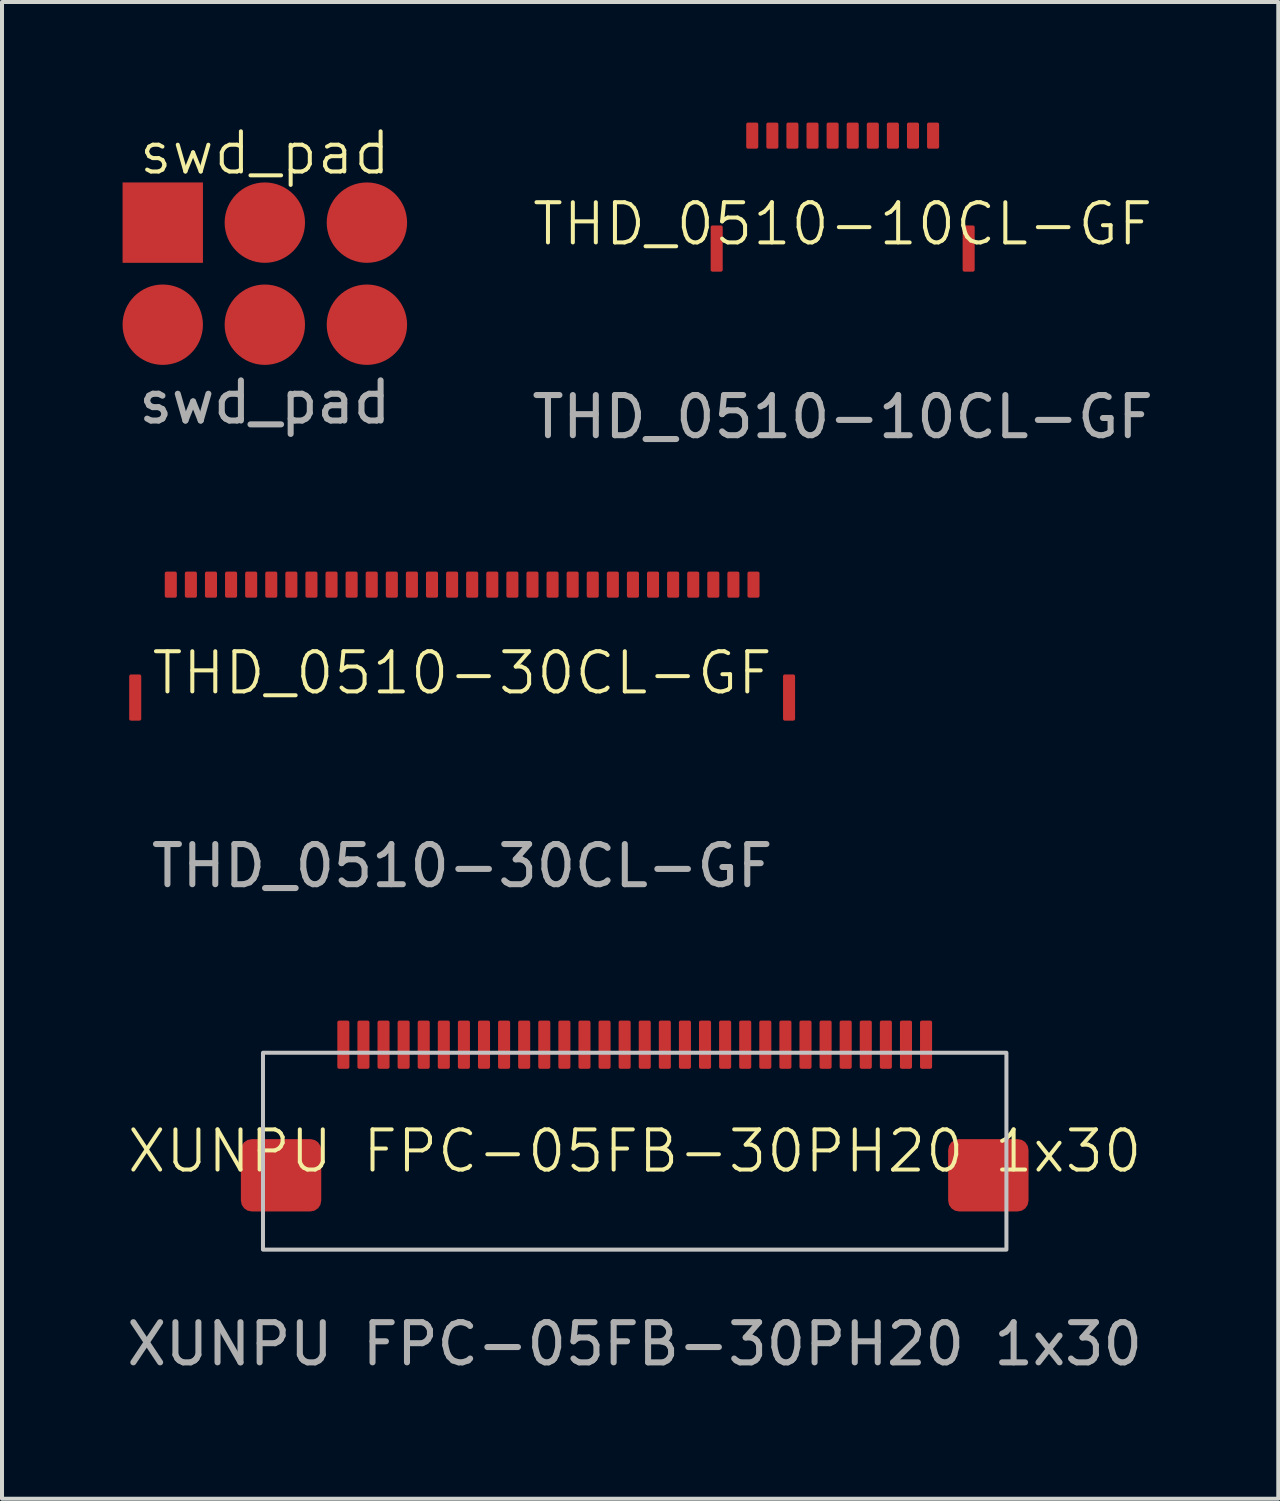
<source format=kicad_pcb>
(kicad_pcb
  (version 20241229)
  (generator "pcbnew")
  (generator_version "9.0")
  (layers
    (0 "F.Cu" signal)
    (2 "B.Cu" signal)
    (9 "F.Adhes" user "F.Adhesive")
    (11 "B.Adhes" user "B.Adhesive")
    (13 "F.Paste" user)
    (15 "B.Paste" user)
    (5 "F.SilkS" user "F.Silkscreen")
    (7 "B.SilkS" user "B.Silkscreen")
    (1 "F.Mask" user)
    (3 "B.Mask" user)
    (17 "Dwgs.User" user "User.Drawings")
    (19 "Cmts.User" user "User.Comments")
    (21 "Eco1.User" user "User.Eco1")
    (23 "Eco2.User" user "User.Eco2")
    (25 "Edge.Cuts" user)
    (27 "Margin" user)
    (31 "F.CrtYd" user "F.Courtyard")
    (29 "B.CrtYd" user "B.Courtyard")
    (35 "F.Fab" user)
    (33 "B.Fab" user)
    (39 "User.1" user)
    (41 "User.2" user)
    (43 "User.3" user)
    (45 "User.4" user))
  (footprint "swd_pad"
    (layer "F.Cu")
    (at 3.54 3.76)
    (property "Reference" "swd_pad" (at 0 -3 0) (unlocked yes) (layer "F.SilkS") (effects (font (size 1 1) (thickness 0.1))))
    (attr smd)
    (fp_text user "${REFERENCE}" (at 0 3.2 0) (unlocked yes) (layer "F.Fab") (effects (font (size 1 1) (thickness 0.15))))
    (pad "1" smd rect (at -2.54 -1.27) (size 2 2) (layers "F.Cu" "F.Mask" "F.Paste"))
    (pad "2" smd circle (at -2.54 1.27) (size 2 2) (layers "F.Cu" "F.Mask" "F.Paste"))
    (pad "3" smd circle (at 0 -1.27) (size 2 2) (layers "F.Cu" "F.Mask" "F.Paste"))
    (pad "4" smd circle (at 0 1.27) (size 2 2) (layers "F.Cu" "F.Mask" "F.Paste"))
    (pad "5" smd circle (at 2.54 -1.27) (size 2 2) (layers "F.Cu" "F.Mask" "F.Paste"))
    (pad "6" smd circle (at 2.54 1.27) (size 2 2) (layers "F.Cu" "F.Mask" "F.Paste")))
  (footprint "THD_0510-30CL-GF"
    (layer "F.Cu")
    (at 8.45 13.798)
    (property "Reference" "THD_0510-30CL-GF" (at 0 -0.1 0) (unlocked yes) (layer "F.SilkS") (effects (font (size 1 1) (thickness 0.1))))
    (attr smd)
    (fp_line (start -8.4 -1.9) (end 8.4 -1.9) (stroke (width 0.1) (type default)) (layer "User.1"))
    (fp_line (start -8.4 -1.215) (end 8.4 -1.215) (stroke (width 0.1) (type solid)) (layer "User.1"))
    (fp_line (start -8.4 -0.1) (end -8.4 -1.9) (stroke (width 0.1) (type default)) (layer "User.1"))
    (fp_line (start -7.8 1.4) (end -7.8 -0.4) (stroke (width 0.1) (type default)) (layer "User.1"))
    (fp_line (start 7.8 -0.4) (end 7.8 1.4) (stroke (width 0.1) (type default)) (layer "User.1"))
    (fp_line (start 7.8 1.4) (end -7.8 1.4) (stroke (width 0.1) (type default)) (layer "User.1"))
    (fp_line (start 8.4 -1.9) (end 8.4 -0.1) (stroke (width 0.1) (type default)) (layer "User.1"))
    (fp_text user "${REFERENCE}" (at 0 4.7 0) (unlocked yes) (layer "F.Fab") (effects (font (size 1 1) (thickness 0.15))))
    (pad "1" smd roundrect (at -7.25 -2.3) (size 0.3 0.65) (layers "F.Cu" "F.Mask" "F.Paste") (roundrect_rratio 0.15))
    (pad "1" smd roundrect (at -2.25 -2.3) (size 0.3 0.65) (layers "F.Cu" "F.Mask" "F.Paste") (roundrect_rratio 0.15))
    (pad "1" smd roundrect (at 2.75 -2.3) (size 0.3 0.65) (layers "F.Cu" "F.Mask" "F.Paste") (roundrect_rratio 0.15))
    (pad "2" smd roundrect (at -6.75 -2.3) (size 0.3 0.65) (layers "F.Cu" "F.Mask" "F.Paste") (roundrect_rratio 0.15))
    (pad "2" smd roundrect (at -1.75 -2.3) (size 0.3 0.65) (layers "F.Cu" "F.Mask" "F.Paste") (roundrect_rratio 0.15))
    (pad "2" smd roundrect (at 3.25 -2.3) (size 0.3 0.65) (layers "F.Cu" "F.Mask" "F.Paste") (roundrect_rratio 0.15))
    (pad "3" smd roundrect (at -6.25 -2.3) (size 0.3 0.65) (layers "F.Cu" "F.Mask" "F.Paste") (roundrect_rratio 0.15))
    (pad "3" smd roundrect (at -1.25 -2.3) (size 0.3 0.65) (layers "F.Cu" "F.Mask" "F.Paste") (roundrect_rratio 0.15))
    (pad "3" smd roundrect (at 3.75 -2.3) (size 0.3 0.65) (layers "F.Cu" "F.Mask" "F.Paste") (roundrect_rratio 0.15))
    (pad "4" smd roundrect (at -5.75 -2.3) (size 0.3 0.65) (layers "F.Cu" "F.Mask" "F.Paste") (roundrect_rratio 0.15))
    (pad "4" smd roundrect (at -0.75 -2.3) (size 0.3 0.65) (layers "F.Cu" "F.Mask" "F.Paste") (roundrect_rratio 0.15))
    (pad "4" smd roundrect (at 4.25 -2.3) (size 0.3 0.65) (layers "F.Cu" "F.Mask" "F.Paste") (roundrect_rratio 0.15))
    (pad "5" smd roundrect (at -5.25 -2.3) (size 0.3 0.65) (layers "F.Cu" "F.Mask" "F.Paste") (roundrect_rratio 0.15))
    (pad "5" smd roundrect (at -0.25 -2.3) (size 0.3 0.65) (layers "F.Cu" "F.Mask" "F.Paste") (roundrect_rratio 0.15))
    (pad "5" smd roundrect (at 4.75 -2.3) (size 0.3 0.65) (layers "F.Cu" "F.Mask" "F.Paste") (roundrect_rratio 0.15))
    (pad "6" smd roundrect (at -4.75 -2.3) (size 0.3 0.65) (layers "F.Cu" "F.Mask" "F.Paste") (roundrect_rratio 0.15))
    (pad "6" smd roundrect (at 0.25 -2.3) (size 0.3 0.65) (layers "F.Cu" "F.Mask" "F.Paste") (roundrect_rratio 0.15))
    (pad "6" smd roundrect (at 5.25 -2.3) (size 0.3 0.65) (layers "F.Cu" "F.Mask" "F.Paste") (roundrect_rratio 0.15))
    (pad "7" smd roundrect (at -4.25 -2.3) (size 0.3 0.65) (layers "F.Cu" "F.Mask" "F.Paste") (roundrect_rratio 0.15))
    (pad "7" smd roundrect (at 0.75 -2.3) (size 0.3 0.65) (layers "F.Cu" "F.Mask" "F.Paste") (roundrect_rratio 0.15))
    (pad "7" smd roundrect (at 5.75 -2.3) (size 0.3 0.65) (layers "F.Cu" "F.Mask" "F.Paste") (roundrect_rratio 0.15))
    (pad "8" smd roundrect (at -3.75 -2.3) (size 0.3 0.65) (layers "F.Cu" "F.Mask" "F.Paste") (roundrect_rratio 0.15))
    (pad "8" smd roundrect (at 1.25 -2.3) (size 0.3 0.65) (layers "F.Cu" "F.Mask" "F.Paste") (roundrect_rratio 0.15))
    (pad "8" smd roundrect (at 6.25 -2.3) (size 0.3 0.65) (layers "F.Cu" "F.Mask" "F.Paste") (roundrect_rratio 0.15))
    (pad "9" smd roundrect (at -3.25 -2.3) (size 0.3 0.65) (layers "F.Cu" "F.Mask" "F.Paste") (roundrect_rratio 0.15))
    (pad "9" smd roundrect (at 1.75 -2.3) (size 0.3 0.65) (layers "F.Cu" "F.Mask" "F.Paste") (roundrect_rratio 0.15))
    (pad "9" smd roundrect (at 6.75 -2.3) (size 0.3 0.65) (layers "F.Cu" "F.Mask" "F.Paste") (roundrect_rratio 0.15))
    (pad "10" smd roundrect (at -2.75 -2.3) (size 0.3 0.65) (layers "F.Cu" "F.Mask" "F.Paste") (roundrect_rratio 0.15))
    (pad "10" smd roundrect (at 2.25 -2.3) (size 0.3 0.65) (layers "F.Cu" "F.Mask" "F.Paste") (roundrect_rratio 0.15))
    (pad "10" smd roundrect (at 7.25 -2.3) (size 0.3 0.65) (layers "F.Cu" "F.Mask" "F.Paste") (roundrect_rratio 0.15))
    (pad "MP" smd roundrect (at -8.135 0.51) (size 0.3 1.15) (layers "F.Cu" "F.Mask" "F.Paste") (roundrect_rratio 0.15))
    (pad "MP" smd roundrect (at 8.135 0.51) (size 0.3 1.15) (layers "F.Cu" "F.Mask" "F.Paste") (roundrect_rratio 0.15)))
  (footprint "THD_0510-10CL-GF"
    (layer "F.Cu")
    (at 17.919 2.625)
    (property "Reference" "THD_0510-10CL-GF" (at 0 -0.1 0) (unlocked yes) (layer "F.SilkS") (effects (font (size 1 1) (thickness 0.1))))
    (attr smd)
    (fp_line (start -3.3 -1.9) (end 3.3 -1.9) (stroke (width 0.1) (type default)) (layer "User.1"))
    (fp_line (start -3.3 -1.215) (end 3.3 -1.215) (stroke (width 0.1) (type solid)) (layer "User.1"))
    (fp_line (start -3.3 -0.1) (end -3.3 -1.9) (stroke (width 0.1) (type default)) (layer "User.1"))
    (fp_line (start -2.9 1.4) (end -2.9 -0.4) (stroke (width 0.1) (type default)) (layer "User.1"))
    (fp_line (start 2.9 -0.4) (end 2.9 1.4) (stroke (width 0.1) (type default)) (layer "User.1"))
    (fp_line (start 2.9 1.4) (end -2.9 1.4) (stroke (width 0.1) (type default)) (layer "User.1"))
    (fp_line (start 3.3 -1.9) (end 3.3 -0.1) (stroke (width 0.1) (type default)) (layer "User.1"))
    (fp_text user "${REFERENCE}" (at 0 4.7 0) (unlocked yes) (layer "F.Fab") (effects (font (size 1 1) (thickness 0.15))))
    (pad "1" smd roundrect (at -2.25 -2.3) (size 0.3 0.65) (layers "F.Cu" "F.Mask" "F.Paste") (roundrect_rratio 0.15))
    (pad "2" smd roundrect (at -1.75 -2.3) (size 0.3 0.65) (layers "F.Cu" "F.Mask" "F.Paste") (roundrect_rratio 0.15))
    (pad "3" smd roundrect (at -1.25 -2.3) (size 0.3 0.65) (layers "F.Cu" "F.Mask" "F.Paste") (roundrect_rratio 0.15))
    (pad "4" smd roundrect (at -0.75 -2.3) (size 0.3 0.65) (layers "F.Cu" "F.Mask" "F.Paste") (roundrect_rratio 0.15))
    (pad "5" smd roundrect (at -0.25 -2.3) (size 0.3 0.65) (layers "F.Cu" "F.Mask" "F.Paste") (roundrect_rratio 0.15))
    (pad "6" smd roundrect (at 0.25 -2.3) (size 0.3 0.65) (layers "F.Cu" "F.Mask" "F.Paste") (roundrect_rratio 0.15))
    (pad "7" smd roundrect (at 0.75 -2.3) (size 0.3 0.65) (layers "F.Cu" "F.Mask" "F.Paste") (roundrect_rratio 0.15))
    (pad "8" smd roundrect (at 1.25 -2.3) (size 0.3 0.65) (layers "F.Cu" "F.Mask" "F.Paste") (roundrect_rratio 0.15))
    (pad "9" smd roundrect (at 1.75 -2.3) (size 0.3 0.65) (layers "F.Cu" "F.Mask" "F.Paste") (roundrect_rratio 0.15))
    (pad "10" smd roundrect (at 2.25 -2.3) (size 0.3 0.65) (layers "F.Cu" "F.Mask" "F.Paste") (roundrect_rratio 0.15))
    (pad "MP" smd roundrect (at -3.135 0.51) (size 0.3 1.15) (layers "F.Cu" "F.Mask" "F.Paste") (roundrect_rratio 0.15))
    (pad "MP" smd roundrect (at 3.135 0.51) (size 0.3 1.15) (layers "F.Cu" "F.Mask" "F.Paste") (roundrect_rratio 0.15)))
  (footprint "XUNPU FPC-05FB-30PH20 1x30"
    (layer "F.Cu")
    (at 12.744 25.596)
    (property "Reference" "XUNPU FPC-05FB-30PH20 1x30" (at 0 0 0) (unlocked yes) (layer "F.SilkS") (effects (font (size 1 1) (thickness 0.1))))
    (attr smd)
    (fp_rect (start -9.25 -2.45) (end 9.25 2.45) (stroke (width 0.1) (type solid)) (fill no) (layer "Dwgs.User"))
    (fp_text user "${REFERENCE}" (at 0 4.8 0) (unlocked yes) (layer "F.Fab") (effects (font (size 1 1) (thickness 0.15))))
    (pad "1" smd roundrect (at -7.25 -2.65) (size 0.3 1.2) (layers "F.Cu" "F.Mask" "F.Paste") (roundrect_rratio 0.15))
    (pad "2" smd roundrect (at -6.75 -2.65) (size 0.3 1.2) (layers "F.Cu" "F.Mask" "F.Paste") (roundrect_rratio 0.15))
    (pad "3" smd roundrect (at -6.25 -2.65) (size 0.3 1.2) (layers "F.Cu" "F.Mask" "F.Paste") (roundrect_rratio 0.15))
    (pad "4" smd roundrect (at -5.75 -2.65) (size 0.3 1.2) (layers "F.Cu" "F.Mask" "F.Paste") (roundrect_rratio 0.15))
    (pad "5" smd roundrect (at -5.25 -2.65) (size 0.3 1.2) (layers "F.Cu" "F.Mask" "F.Paste") (roundrect_rratio 0.15))
    (pad "6" smd roundrect (at -4.75 -2.65) (size 0.3 1.2) (layers "F.Cu" "F.Mask" "F.Paste") (roundrect_rratio 0.15))
    (pad "7" smd roundrect (at -4.25 -2.65) (size 0.3 1.2) (layers "F.Cu" "F.Mask" "F.Paste") (roundrect_rratio 0.15))
    (pad "8" smd roundrect (at -3.75 -2.65) (size 0.3 1.2) (layers "F.Cu" "F.Mask" "F.Paste") (roundrect_rratio 0.15))
    (pad "9" smd roundrect (at -3.25 -2.65) (size 0.3 1.2) (layers "F.Cu" "F.Mask" "F.Paste") (roundrect_rratio 0.15))
    (pad "10" smd roundrect (at -2.75 -2.65) (size 0.3 1.2) (layers "F.Cu" "F.Mask" "F.Paste") (roundrect_rratio 0.15))
    (pad "11" smd roundrect (at -2.25 -2.65) (size 0.3 1.2) (layers "F.Cu" "F.Mask" "F.Paste") (roundrect_rratio 0.15))
    (pad "12" smd roundrect (at -1.75 -2.65) (size 0.3 1.2) (layers "F.Cu" "F.Mask" "F.Paste") (roundrect_rratio 0.15))
    (pad "13" smd roundrect (at -1.25 -2.65) (size 0.3 1.2) (layers "F.Cu" "F.Mask" "F.Paste") (roundrect_rratio 0.15))
    (pad "14" smd roundrect (at -0.75 -2.65) (size 0.3 1.2) (layers "F.Cu" "F.Mask" "F.Paste") (roundrect_rratio 0.15))
    (pad "15" smd roundrect (at -0.25 -2.65) (size 0.3 1.2) (layers "F.Cu" "F.Mask" "F.Paste") (roundrect_rratio 0.15))
    (pad "16" smd roundrect (at 0.25 -2.65) (size 0.3 1.2) (layers "F.Cu" "F.Mask" "F.Paste") (roundrect_rratio 0.15))
    (pad "17" smd roundrect (at 0.75 -2.65) (size 0.3 1.2) (layers "F.Cu" "F.Mask" "F.Paste") (roundrect_rratio 0.15))
    (pad "18" smd roundrect (at 1.25 -2.65) (size 0.3 1.2) (layers "F.Cu" "F.Mask" "F.Paste") (roundrect_rratio 0.15))
    (pad "19" smd roundrect (at 1.75 -2.65) (size 0.3 1.2) (layers "F.Cu" "F.Mask" "F.Paste") (roundrect_rratio 0.15))
    (pad "20" smd roundrect (at 2.25 -2.65) (size 0.3 1.2) (layers "F.Cu" "F.Mask" "F.Paste") (roundrect_rratio 0.15))
    (pad "21" smd roundrect (at 2.75 -2.65) (size 0.3 1.2) (layers "F.Cu" "F.Mask" "F.Paste") (roundrect_rratio 0.15))
    (pad "22" smd roundrect (at 3.25 -2.65) (size 0.3 1.2) (layers "F.Cu" "F.Mask" "F.Paste") (roundrect_rratio 0.15))
    (pad "23" smd roundrect (at 3.75 -2.65) (size 0.3 1.2) (layers "F.Cu" "F.Mask" "F.Paste") (roundrect_rratio 0.15))
    (pad "24" smd roundrect (at 4.25 -2.65) (size 0.3 1.2) (layers "F.Cu" "F.Mask" "F.Paste") (roundrect_rratio 0.15))
    (pad "25" smd roundrect (at 4.75 -2.65) (size 0.3 1.2) (layers "F.Cu" "F.Mask" "F.Paste") (roundrect_rratio 0.15))
    (pad "26" smd roundrect (at 5.25 -2.65) (size 0.3 1.2) (layers "F.Cu" "F.Mask" "F.Paste") (roundrect_rratio 0.15))
    (pad "27" smd roundrect (at 5.75 -2.65) (size 0.3 1.2) (layers "F.Cu" "F.Mask" "F.Paste") (roundrect_rratio 0.15))
    (pad "28" smd roundrect (at 6.25 -2.65) (size 0.3 1.2) (layers "F.Cu" "F.Mask" "F.Paste") (roundrect_rratio 0.15))
    (pad "29" smd roundrect (at 6.75 -2.65) (size 0.3 1.2) (layers "F.Cu" "F.Mask" "F.Paste") (roundrect_rratio 0.15))
    (pad "30" smd roundrect (at 7.25 -2.65) (size 0.3 1.2) (layers "F.Cu" "F.Mask" "F.Paste") (roundrect_rratio 0.15))
    (pad "MP" smd roundrect (at -8.8 0.6) (size 2 1.8) (layers "F.Cu" "F.Mask" "F.Paste") (roundrect_rratio 0.15))
    (pad "MP" smd roundrect (at 8.8 0.6) (size 2 1.8) (layers "F.Cu" "F.Mask" "F.Paste") (roundrect_rratio 0.15)))
  (gr_rect
    (start -3 -3)
    (end 28.759 34.245)
    (stroke (width 0.1) (type default))
    (fill no)
    (layer "Edge.Cuts")))
</source>
